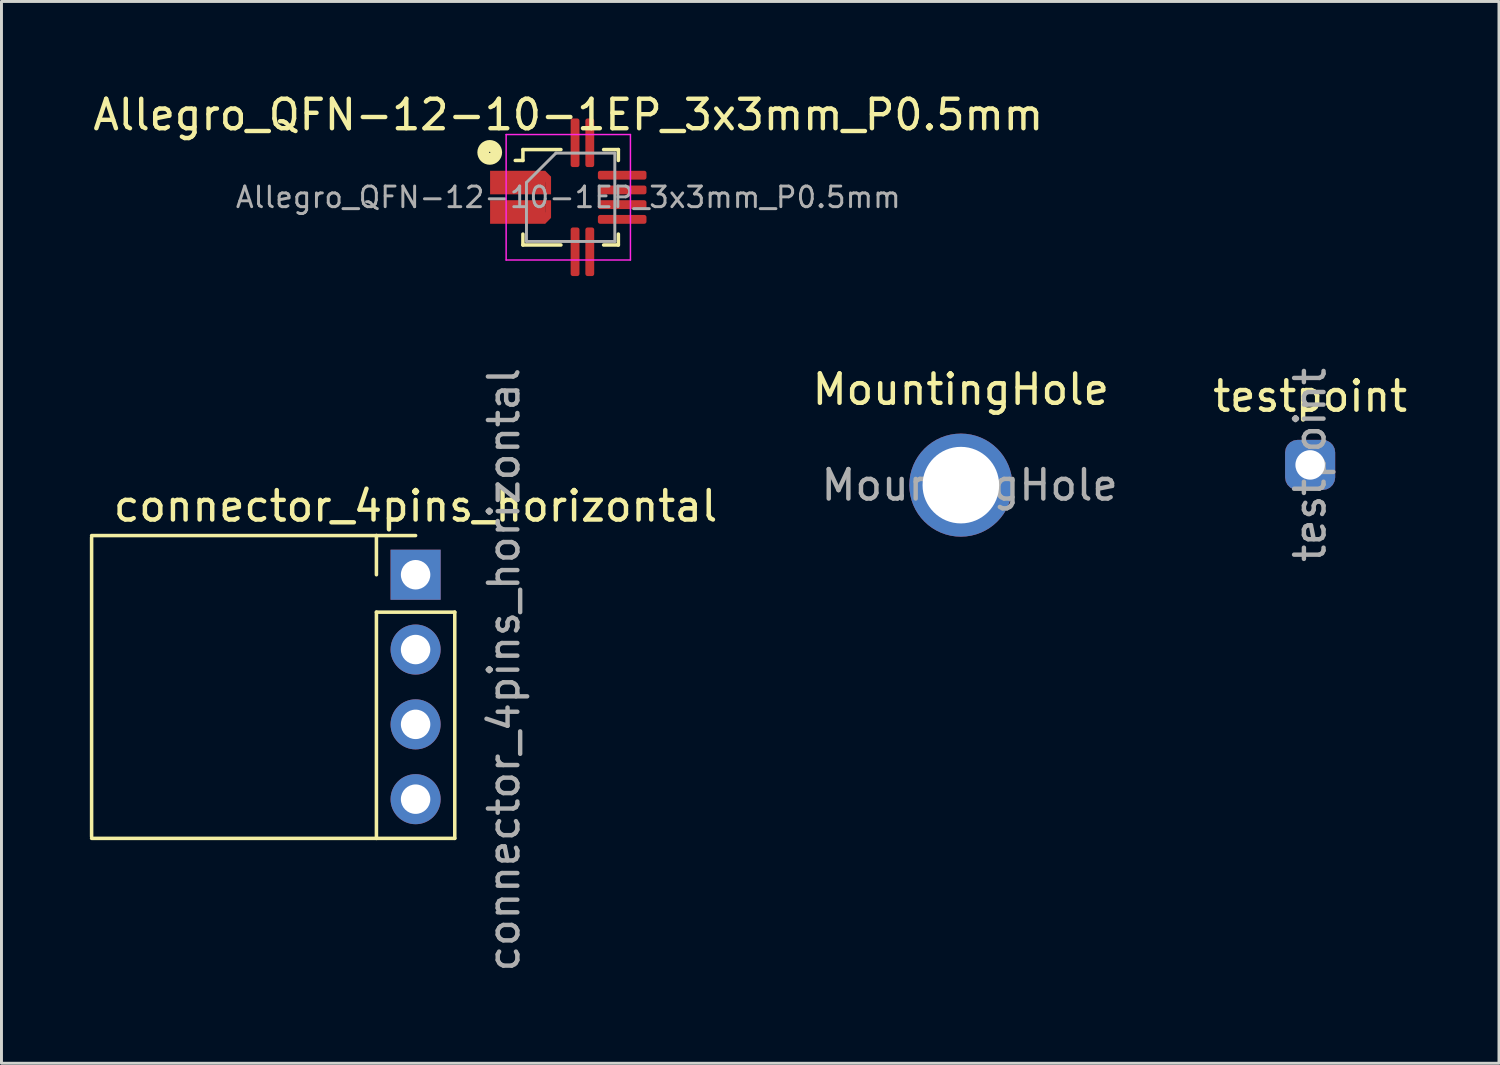
<source format=kicad_pcb>
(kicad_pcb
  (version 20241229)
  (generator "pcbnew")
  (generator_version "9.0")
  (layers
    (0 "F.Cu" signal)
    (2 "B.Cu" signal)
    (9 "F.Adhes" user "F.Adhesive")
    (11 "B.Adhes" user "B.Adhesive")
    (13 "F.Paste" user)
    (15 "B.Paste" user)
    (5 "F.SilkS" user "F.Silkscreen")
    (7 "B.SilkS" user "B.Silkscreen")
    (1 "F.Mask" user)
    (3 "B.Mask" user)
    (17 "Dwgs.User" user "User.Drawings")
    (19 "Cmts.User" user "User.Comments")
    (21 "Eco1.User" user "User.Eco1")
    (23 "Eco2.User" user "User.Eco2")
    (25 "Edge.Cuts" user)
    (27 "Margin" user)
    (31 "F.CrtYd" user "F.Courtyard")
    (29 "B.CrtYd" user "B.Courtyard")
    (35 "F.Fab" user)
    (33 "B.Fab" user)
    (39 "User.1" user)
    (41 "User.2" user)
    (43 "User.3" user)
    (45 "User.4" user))
  (footprint "testpoint"
    (layer "F.Cu")
    (at 41.431 12.734)
    (property "Reference" "testpoint" (at 0 -2.33 0) (layer "F.SilkS") (effects (font (size 1 1) (thickness 0.15))))
    (attr through_hole)
    (fp_text user "${REFERENCE}" (at 0 0 90) (layer "F.Fab") (effects (font (size 1 1) (thickness 0.15))))
    (pad "1" thru_hole roundrect (at 0 0) (size 1.7 1.7) (drill 1) (layers "*.Cu" "*.Mask") (roundrect_rratio 0.25)))
  (footprint "connector_4pins_horizontal"
    (layer "F.Cu")
    (at 11.06 16.463)
    (property "Reference" "connector_4pins_horizontal" (at 0 -2.33 0) (layer "F.SilkS") (effects (font (size 1 1) (thickness 0.15))))
    (attr through_hole)
    (fp_line (start -11 -1.27) (end -11 8.89) (stroke (width 0.12) (type solid)) (layer "F.SilkS"))
    (fp_line (start -11 8.95) (end -1.33 8.95) (stroke (width 0.12) (type solid)) (layer "F.SilkS"))
    (fp_line (start -1.33 -1.33) (end -11 -1.33) (stroke (width 0.12) (type solid)) (layer "F.SilkS"))
    (fp_line (start -1.33 -1.33) (end 0 -1.33) (stroke (width 0.12) (type solid)) (layer "F.SilkS"))
    (fp_line (start -1.33 0) (end -1.33 -1.33) (stroke (width 0.12) (type solid)) (layer "F.SilkS"))
    (fp_line (start -1.33 1.27) (end -1.33 8.95) (stroke (width 0.12) (type solid)) (layer "F.SilkS"))
    (fp_line (start -1.33 1.27) (end 1.33 1.27) (stroke (width 0.12) (type solid)) (layer "F.SilkS"))
    (fp_line (start -1.33 8.95) (end 1.33 8.95) (stroke (width 0.12) (type solid)) (layer "F.SilkS"))
    (fp_line (start 1.33 1.27) (end 1.33 8.95) (stroke (width 0.12) (type solid)) (layer "F.SilkS"))
    (fp_text user "${REFERENCE}" (at 3 3.223 90) (layer "F.Fab") (effects (font (size 1 1) (thickness 0.15))))
    (pad "1" thru_hole rect (at 0 0) (size 1.7 1.7) (drill 1) (layers "*.Cu" "*.Mask"))
    (pad "2" thru_hole oval (at 0 2.54) (size 1.7 1.7) (drill 1) (layers "*.Cu" "*.Mask"))
    (pad "3" thru_hole oval (at 0 5.08) (size 1.7 1.7) (drill 1) (layers "*.Cu" "*.Mask"))
    (pad "4" thru_hole oval (at 0 7.62) (size 1.7 1.7) (drill 1) (layers "*.Cu" "*.Mask")))
  (footprint "MountingHole"
    (layer "F.Cu")
    (at 29.572 13.421)
    (property "Reference" "MountingHole" (at 0 -3.25 0) (layer "F.SilkS") (effects (font (size 1 1) (thickness 0.15))))
    (attr exclude_from_pos_files exclude_from_bom)
    (fp_text user "${REFERENCE}" (at 0.3 0 0) (layer "F.Fab") (effects (font (size 1 1) (thickness 0.15))))
    (pad "1" thru_hole circle (at 0 0) (size 3.5 3.5) (drill 2.6) (layers "*.Cu" "*.Mask")))
  (footprint "Allegro_QFN-12-10-1EP_3x3mm_P0.5mm"
    (layer "F.Cu")
    (at 16.244 3.648)
    (property "Reference" "Allegro_QFN-12-10-1EP_3x3mm_P0.5mm" (at 0 -2.8 0) (layer "F.SilkS") (effects (font (size 1 1) (thickness 0.15))))
    (attr smd)
    (fp_line (start -1.54 -1.62) (end -1.54 -1.25) (stroke (width 0.12) (type solid)) (layer "F.SilkS"))
    (fp_line (start -1.54 -1.62) (end -0.25 -1.62) (stroke (width 0.12) (type solid)) (layer "F.SilkS"))
    (fp_line (start -1.54 -1.25) (end -1.8 -1.25) (stroke (width 0.12) (type solid)) (layer "F.SilkS"))
    (fp_line (start -1.54 1.25) (end -1.54 1.62) (stroke (width 0.12) (type solid)) (layer "F.SilkS"))
    (fp_line (start -1.54 1.62) (end -0.25 1.62) (stroke (width 0.12) (type solid)) (layer "F.SilkS"))
    (fp_line (start 1.7 -1.62) (end 1.2 -1.62) (stroke (width 0.12) (type solid)) (layer "F.SilkS"))
    (fp_line (start 1.7 -1.62) (end 1.7 -1.25) (stroke (width 0.12) (type solid)) (layer "F.SilkS"))
    (fp_line (start 1.7 1.25) (end 1.7 1.62) (stroke (width 0.12) (type solid)) (layer "F.SilkS"))
    (fp_line (start 1.7 1.62) (end 1.2 1.62) (stroke (width 0.12) (type solid)) (layer "F.SilkS"))
    (fp_circle (center -2.667 -1.524) (end -2.447 -1.524) (stroke (width 0.4) (type solid)) (fill no) (layer "F.SilkS"))
    (fp_line (start -2.11 -2.13) (end -2.11 2.13) (stroke (width 0.05) (type solid)) (layer "F.CrtYd"))
    (fp_line (start -2.11 2.13) (end 2.11 2.13) (stroke (width 0.05) (type solid)) (layer "F.CrtYd"))
    (fp_line (start 2.11 -2.13) (end -2.11 -2.13) (stroke (width 0.05) (type solid)) (layer "F.CrtYd"))
    (fp_line (start 2.11 2.13) (end 2.11 -2.13) (stroke (width 0.05) (type solid)) (layer "F.CrtYd"))
    (fp_line (start -1.42 -0.5) (end -0.42 -1.5) (stroke (width 0.1) (type solid)) (layer "F.Fab"))
    (fp_line (start -1.42 1.5) (end -1.42 -0.5) (stroke (width 0.1) (type solid)) (layer "F.Fab"))
    (fp_line (start -0.42 -1.5) (end 1.58 -1.5) (stroke (width 0.1) (type solid)) (layer "F.Fab"))
    (fp_line (start 1.58 -1.5) (end 1.58 1.5) (stroke (width 0.1) (type solid)) (layer "F.Fab"))
    (fp_line (start 1.58 1.5) (end -1.42 1.5) (stroke (width 0.1) (type solid)) (layer "F.Fab"))
    (fp_text user "${REFERENCE}" (at 0 0 0) (layer "F.Fab") (effects (font (size 0.7 0.7) (thickness 0.1))))
    (pad "1" smd rect (at -1.72 -0.5) (size 1.87 0.8) (layers "F.Cu" "F.Mask" "F.Paste" "Eco1.User"))
    (pad "1" smd rect (at -0.785 -0.7 45) (size 0.283 0.283) (layers "F.Cu" "F.Mask" "F.Paste"))
    (pad "1" smd rect (at -0.685 -0.4) (size 0.2 0.6) (layers "F.Cu" "F.Mask" "F.Paste"))
    (pad "2" smd rect (at -1.72 0.5) (size 1.87 0.8) (layers "F.Cu" "F.Mask" "F.Paste"))
    (pad "2" smd rect (at -0.785 0.7 45) (size 0.283 0.283) (layers "F.Cu" "F.Mask" "F.Paste"))
    (pad "2" smd rect (at -0.685 0.4) (size 0.2 0.6) (layers "F.Cu" "F.Mask" "F.Paste"))
    (pad "3" smd roundrect (at 0.23 1.85) (size 0.3 1.65) (layers "F.Cu" "F.Mask" "F.Paste") (roundrect_rratio 0.25))
    (pad "4" smd roundrect (at 0.73 1.85) (size 0.3 1.65) (layers "F.Cu" "F.Mask" "F.Paste") (roundrect_rratio 0.25))
    (pad "5" smd roundrect (at 1.83 0.75) (size 1.65 0.3) (layers "F.Cu" "F.Mask" "F.Paste") (roundrect_rratio 0.25))
    (pad "6" smd roundrect (at 1.83 0.25) (size 1.65 0.3) (layers "F.Cu" "F.Mask" "F.Paste") (roundrect_rratio 0.25))
    (pad "7" smd roundrect (at 1.83 -0.25) (size 1.65 0.3) (layers "F.Cu" "F.Mask" "F.Paste") (roundrect_rratio 0.25))
    (pad "8" smd roundrect (at 1.83 -0.75) (size 1.65 0.3) (layers "F.Cu" "F.Mask" "F.Paste") (roundrect_rratio 0.25))
    (pad "9" smd roundrect (at 0.73 -1.85) (size 0.3 1.65) (layers "F.Cu" "F.Mask" "F.Paste") (roundrect_rratio 0.25))
    (pad "10" smd roundrect (at 0.23 -1.85) (size 0.3 1.65) (layers "F.Cu" "F.Mask" "F.Paste") (roundrect_rratio 0.25)))
  (gr_rect
    (start -3 -3)
    (end 47.842 33.049)
    (stroke (width 0.1) (type default))
    (fill no)
    (layer "Edge.Cuts")))
</source>
